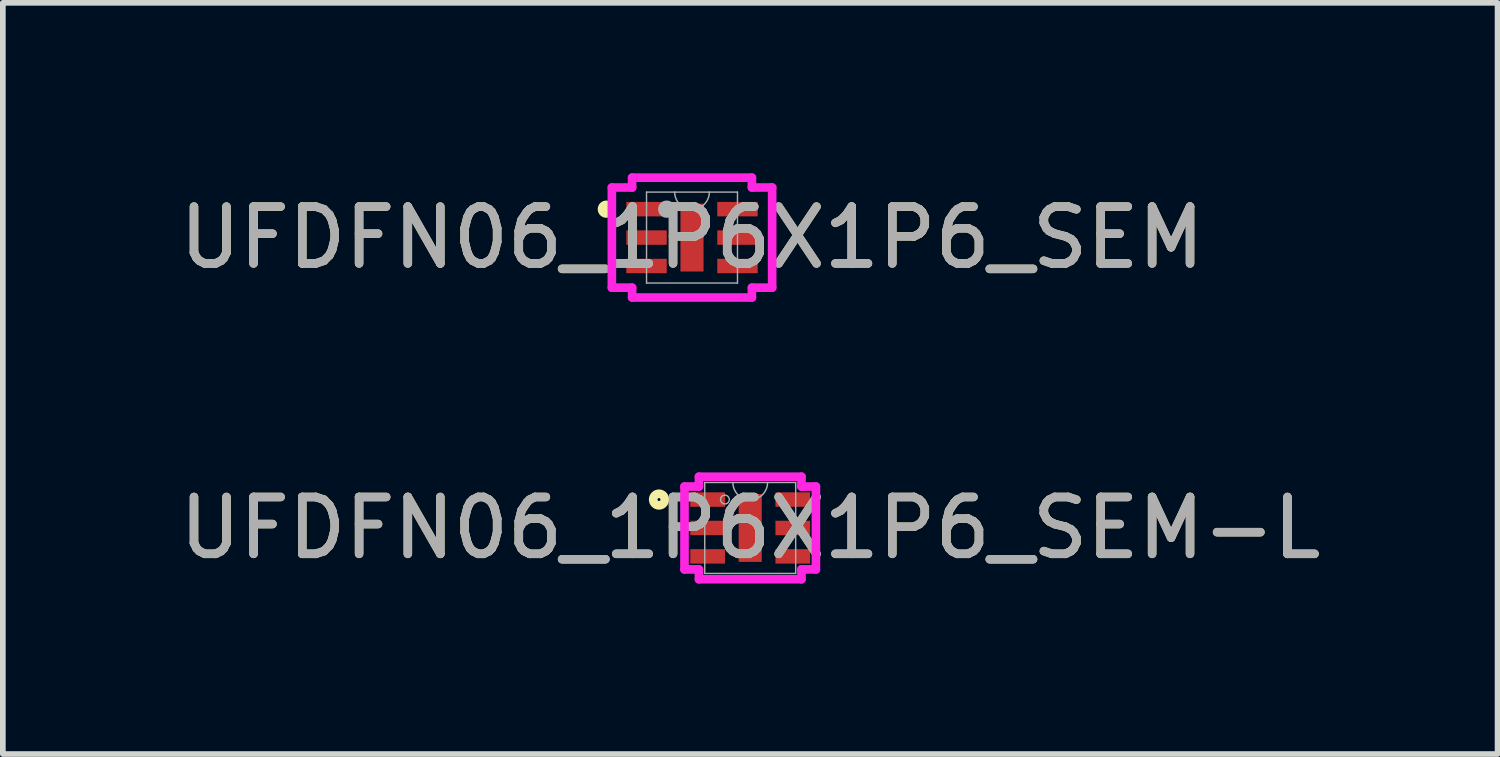
<source format=kicad_pcb>
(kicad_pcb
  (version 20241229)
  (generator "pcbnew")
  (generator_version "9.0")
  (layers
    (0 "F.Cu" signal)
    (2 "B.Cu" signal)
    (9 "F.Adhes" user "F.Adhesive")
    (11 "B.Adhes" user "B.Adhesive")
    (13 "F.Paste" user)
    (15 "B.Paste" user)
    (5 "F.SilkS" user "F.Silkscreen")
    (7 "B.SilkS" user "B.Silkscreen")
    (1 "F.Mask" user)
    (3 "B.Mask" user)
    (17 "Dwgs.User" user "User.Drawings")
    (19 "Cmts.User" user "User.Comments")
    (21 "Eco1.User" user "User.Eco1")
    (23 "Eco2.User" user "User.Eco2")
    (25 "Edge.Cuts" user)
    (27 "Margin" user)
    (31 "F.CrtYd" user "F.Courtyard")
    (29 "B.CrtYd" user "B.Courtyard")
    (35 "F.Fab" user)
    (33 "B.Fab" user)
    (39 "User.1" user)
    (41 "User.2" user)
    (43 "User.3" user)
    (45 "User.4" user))
  (footprint "UFDFN06_1P6X1P6_SEM"
    (layer "F.Cu")
    (at 9.125 1.13)
    (property "Reference" "UFDFN06_1P6X1P6_SEM" (at 0 0 0) (unlocked yes) (layer "F.SilkS") (effects (font (size 1 1) (thickness 0.15))))
    (attr smd)
    (fp_arc (start -1.48844 -0.426313) (mid -1.583563 -0.500126) (end -1.48844 -0.573939) (stroke (width 0.1524) (type solid)) (layer "F.SilkS"))
    (fp_line (start -1.41 -0.881) (end -1.054 -0.881) (stroke (width 0.152) (type solid)) (layer "F.CrtYd"))
    (fp_line (start -1.41 0.881) (end -1.41 -0.881) (stroke (width 0.152) (type solid)) (layer "F.CrtYd"))
    (fp_line (start -1.41 0.881) (end -1.054 0.881) (stroke (width 0.152) (type solid)) (layer "F.CrtYd"))
    (fp_line (start -1.054 -1.054) (end 1.054 -1.054) (stroke (width 0.152) (type solid)) (layer "F.CrtYd"))
    (fp_line (start -1.054 -0.881) (end -1.054 -1.054) (stroke (width 0.152) (type solid)) (layer "F.CrtYd"))
    (fp_line (start -1.054 1.054) (end -1.054 0.881) (stroke (width 0.152) (type solid)) (layer "F.CrtYd"))
    (fp_line (start 1.054 -1.054) (end 1.054 -0.881) (stroke (width 0.152) (type solid)) (layer "F.CrtYd"))
    (fp_line (start 1.054 0.881) (end 1.054 1.054) (stroke (width 0.152) (type solid)) (layer "F.CrtYd"))
    (fp_line (start 1.054 1.054) (end -1.054 1.054) (stroke (width 0.152) (type solid)) (layer "F.CrtYd"))
    (fp_line (start 1.41 -0.881) (end 1.054 -0.881) (stroke (width 0.152) (type solid)) (layer "F.CrtYd"))
    (fp_line (start 1.41 -0.881) (end 1.41 0.881) (stroke (width 0.152) (type solid)) (layer "F.CrtYd"))
    (fp_line (start 1.41 0.881) (end 1.054 0.881) (stroke (width 0.152) (type solid)) (layer "F.CrtYd"))
    (fp_line (start -0.8 -0.8) (end -0.8 0.8) (stroke (width 0.025) (type solid)) (layer "F.Fab"))
    (fp_line (start -0.8 0.8) (end 0.8 0.8) (stroke (width 0.025) (type solid)) (layer "F.Fab"))
    (fp_line (start 0.8 -0.8) (end -0.8 -0.8) (stroke (width 0.025) (type solid)) (layer "F.Fab"))
    (fp_line (start 0.8 0.8) (end 0.8 -0.8) (stroke (width 0.025) (type solid)) (layer "F.Fab"))
    (fp_arc (start 0.3048 -0.8001) (mid 0 -0.4953) (end -0.3048 -0.8001) (stroke (width 0.0254) (type solid)) (layer "F.Fab"))
    (fp_circle (center -0.445 -0.5) (end -0.445 -0.5) (stroke (width 0.152) (type solid)) (fill no) (layer "F.Fab"))
    (fp_text user "${REFERENCE}" (at 0 0 0) (unlocked yes) (layer "F.Fab") (effects (font (size 1 1) (thickness 0.15))))
    (pad "1" smd rect (at -0.8 -0.5) (size 0.711 0.254) (layers "F.Cu" "F.Mask" "F.Paste"))
    (pad "2" smd rect (at -0.8 0) (size 0.711 0.254) (layers "F.Cu" "F.Mask" "F.Paste"))
    (pad "3" smd rect (at -0.8 0.5) (size 0.711 0.254) (layers "F.Cu" "F.Mask" "F.Paste"))
    (pad "4" smd rect (at 0.8 0.5) (size 0.711 0.254) (layers "F.Cu" "F.Mask" "F.Paste"))
    (pad "5" smd rect (at 0.8 0) (size 0.711 0.254) (layers "F.Cu" "F.Mask" "F.Paste"))
    (pad "6" smd rect (at 0.8 -0.5) (size 0.711 0.254) (layers "F.Cu" "F.Mask" "F.Paste"))
    (pad "7" smd rect (at 0 0) (size 0.406 1.194) (layers "F.Cu" "F.Mask" "F.Paste")))
  (footprint "UFDFN06_1P6X1P6_SEM-L"
    (layer "F.Cu")
    (at 10.149 6.239)
    (property "Reference" "UFDFN06_1P6X1P6_SEM-L" (at 0 0 0) (unlocked yes) (layer "F.SilkS") (effects (font (size 1 1) (thickness 0.15))))
    (attr smd)
    (fp_circle (center -1.605 -0.5) (end -1.503 -0.5) (stroke (width 0.152) (type solid)) (fill no) (layer "F.SilkS"))
    (fp_line (start -1.156 -0.729) (end -0.902 -0.729) (stroke (width 0.152) (type solid)) (layer "F.CrtYd"))
    (fp_line (start -1.156 0.729) (end -1.156 -0.729) (stroke (width 0.152) (type solid)) (layer "F.CrtYd"))
    (fp_line (start -1.156 0.729) (end -0.902 0.729) (stroke (width 0.152) (type solid)) (layer "F.CrtYd"))
    (fp_line (start -0.902 -0.902) (end 0.902 -0.902) (stroke (width 0.152) (type solid)) (layer "F.CrtYd"))
    (fp_line (start -0.902 -0.729) (end -0.902 -0.902) (stroke (width 0.152) (type solid)) (layer "F.CrtYd"))
    (fp_line (start -0.902 0.902) (end -0.902 0.729) (stroke (width 0.152) (type solid)) (layer "F.CrtYd"))
    (fp_line (start 0.902 -0.902) (end 0.902 -0.729) (stroke (width 0.152) (type solid)) (layer "F.CrtYd"))
    (fp_line (start 0.902 0.729) (end 0.902 0.902) (stroke (width 0.152) (type solid)) (layer "F.CrtYd"))
    (fp_line (start 0.902 0.902) (end -0.902 0.902) (stroke (width 0.152) (type solid)) (layer "F.CrtYd"))
    (fp_line (start 1.156 -0.729) (end 0.902 -0.729) (stroke (width 0.152) (type solid)) (layer "F.CrtYd"))
    (fp_line (start 1.156 -0.729) (end 1.156 0.729) (stroke (width 0.152) (type solid)) (layer "F.CrtYd"))
    (fp_line (start 1.156 0.729) (end 0.902 0.729) (stroke (width 0.152) (type solid)) (layer "F.CrtYd"))
    (fp_line (start -0.8 -0.8) (end -0.8 0.8) (stroke (width 0.025) (type solid)) (layer "F.Fab"))
    (fp_line (start -0.8 0.8) (end 0.8 0.8) (stroke (width 0.025) (type solid)) (layer "F.Fab"))
    (fp_line (start 0.8 -0.8) (end -0.8 -0.8) (stroke (width 0.025) (type solid)) (layer "F.Fab"))
    (fp_line (start 0.8 0.8) (end 0.8 -0.8) (stroke (width 0.025) (type solid)) (layer "F.Fab"))
    (fp_arc (start 0.3048 -0.8001) (mid 0 -0.4953) (end -0.3048 -0.8001) (stroke (width 0.0254) (type solid)) (layer "F.Fab"))
    (fp_circle (center -0.445 -0.5) (end -0.368 -0.5) (stroke (width 0.025) (type solid)) (fill no) (layer "F.Fab"))
    (fp_text user "${REFERENCE}" (at 0 0 0) (unlocked yes) (layer "F.Fab") (effects (font (size 1 1) (thickness 0.15))))
    (pad "1" smd rect (at -0.749 -0.5) (size 0.61 0.254) (layers "F.Cu" "F.Mask" "F.Paste"))
    (pad "2" smd rect (at -0.749 0) (size 0.61 0.254) (layers "F.Cu" "F.Mask" "F.Paste"))
    (pad "3" smd rect (at -0.749 0.5) (size 0.61 0.254) (layers "F.Cu" "F.Mask" "F.Paste"))
    (pad "4" smd rect (at 0.749 0.5) (size 0.61 0.254) (layers "F.Cu" "F.Mask" "F.Paste"))
    (pad "5" smd rect (at 0.749 0) (size 0.61 0.254) (layers "F.Cu" "F.Mask" "F.Paste"))
    (pad "6" smd rect (at 0.749 -0.5) (size 0.61 0.254) (layers "F.Cu" "F.Mask" "F.Paste"))
    (pad "7" smd rect (at 0 0) (size 0.406 1.194) (layers "F.Cu" "F.Mask" "F.Paste")))
  (gr_rect
    (start -3 -3)
    (end 23.298 10.216)
    (stroke (width 0.1) (type default))
    (fill no)
    (layer "Edge.Cuts")))
</source>
